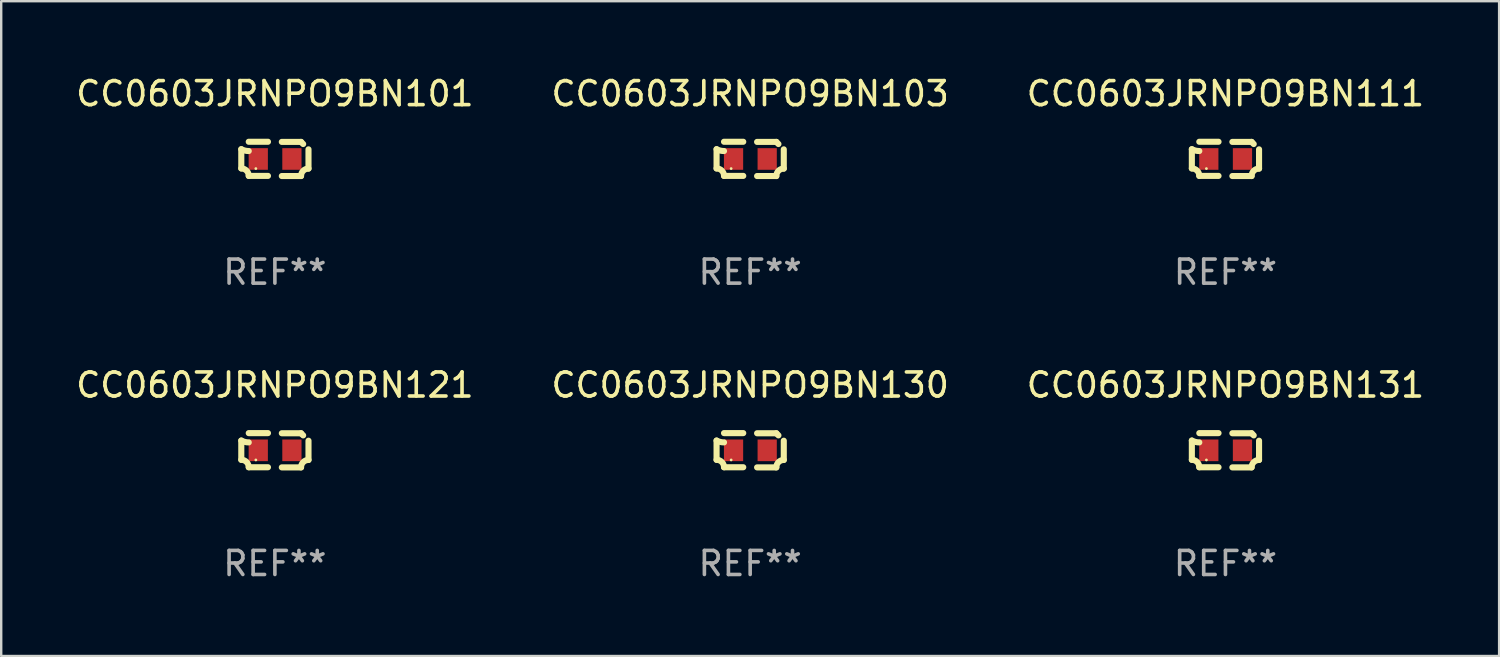
<source format=kicad_pcb>
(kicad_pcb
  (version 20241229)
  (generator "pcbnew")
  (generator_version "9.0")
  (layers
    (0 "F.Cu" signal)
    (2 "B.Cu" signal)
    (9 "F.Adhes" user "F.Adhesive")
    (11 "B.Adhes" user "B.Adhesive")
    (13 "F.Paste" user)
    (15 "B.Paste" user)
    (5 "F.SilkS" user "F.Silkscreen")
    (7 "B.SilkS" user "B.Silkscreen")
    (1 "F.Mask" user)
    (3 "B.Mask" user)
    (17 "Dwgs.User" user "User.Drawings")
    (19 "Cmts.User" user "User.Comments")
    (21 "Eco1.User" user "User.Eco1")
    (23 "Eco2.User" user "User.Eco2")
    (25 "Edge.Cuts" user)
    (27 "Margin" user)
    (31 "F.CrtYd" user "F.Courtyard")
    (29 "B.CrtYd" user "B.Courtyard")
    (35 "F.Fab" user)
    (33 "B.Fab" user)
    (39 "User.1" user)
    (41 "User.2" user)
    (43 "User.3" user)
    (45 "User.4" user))
  (footprint "CC0603JRNPO9BN101"
    (layer "F.Cu")
    (at 8.387 3.561)
    (property "Reference" "CC0603JRNPO9BN101" (at 0 -2.713 0) (layer "F.SilkS") (effects (font (size 1 1) (thickness 0.15))))
    (attr through_hole)
    (fp_line (start -1.398 -0.403) (end -1.398 0.397) (stroke (width 0.254) (type solid)) (layer "F.SilkS"))
    (fp_line (start -0.288 -0.713) (end -1.088 -0.713) (stroke (width 0.254) (type solid)) (layer "F.SilkS"))
    (fp_line (start -0.288 0.707) (end -1.088 0.707) (stroke (width 0.254) (type solid)) (layer "F.SilkS"))
    (fp_line (start 0.288 -0.707) (end 1.088 -0.707) (stroke (width 0.254) (type solid)) (layer "F.SilkS"))
    (fp_line (start 0.288 0.713) (end 1.088 0.713) (stroke (width 0.254) (type solid)) (layer "F.SilkS"))
    (fp_line (start 1.398 -0.397) (end 1.398 0.403) (stroke (width 0.254) (type solid)) (layer "F.SilkS"))
    (fp_arc (start -1.397789 0.397066) (mid -1.178701 0.487826) (end -1.08796 0.706922) (stroke (width 0.254001) (type solid)) (layer "F.SilkS"))
    (fp_arc (start -1.08796 -0.327176) (mid -1.247436 -0.346384) (end -1.39779 -0.402908) (stroke (width 0.254001) (type solid)) (layer "F.SilkS"))
    (fp_arc (start 1.087909 0.712738) (mid 1.178656 0.493655) (end 1.397739 0.402908) (stroke (width 0.254001) (type solid)) (layer "F.SilkS"))
    (fp_arc (start 1.175925 -0.618926) (mid 1.131917 -0.662923) (end 1.08791 -0.706922) (stroke (width 0.254001) (type solid)) (layer "F.SilkS"))
    (fp_circle (center -0.792 0.403) (end -0.762 0.403) (stroke (width 0.06) (type solid)) (fill no) (layer "F.SilkS"))
    (fp_text user "REF**" (at 0 4.713 0) (layer "F.Fab") (effects (font (size 1 1) (thickness 0.15))))
    (pad "1" smd rect (at -0.692 0.003) (size 0.8 0.9) (layers "F.Cu" "F.Mask" "F.Paste"))
    (pad "2" smd rect (at 0.708 0.003) (size 0.8 0.9) (layers "F.Cu" "F.Mask" "F.Paste")))
  (footprint "CC0603JRNPO9BN131"
    (layer "F.Cu")
    (at 47.935 15.683)
    (property "Reference" "CC0603JRNPO9BN131" (at 0 -2.713 0) (layer "F.SilkS") (effects (font (size 1 1) (thickness 0.15))))
    (attr through_hole)
    (fp_line (start -1.398 -0.403) (end -1.398 0.397) (stroke (width 0.254) (type solid)) (layer "F.SilkS"))
    (fp_line (start -0.288 -0.713) (end -1.088 -0.713) (stroke (width 0.254) (type solid)) (layer "F.SilkS"))
    (fp_line (start -0.288 0.707) (end -1.088 0.707) (stroke (width 0.254) (type solid)) (layer "F.SilkS"))
    (fp_line (start 0.288 -0.707) (end 1.088 -0.707) (stroke (width 0.254) (type solid)) (layer "F.SilkS"))
    (fp_line (start 0.288 0.713) (end 1.088 0.713) (stroke (width 0.254) (type solid)) (layer "F.SilkS"))
    (fp_line (start 1.398 -0.397) (end 1.398 0.403) (stroke (width 0.254) (type solid)) (layer "F.SilkS"))
    (fp_arc (start -1.397789 0.397066) (mid -1.178701 0.487826) (end -1.08796 0.706922) (stroke (width 0.254001) (type solid)) (layer "F.SilkS"))
    (fp_arc (start -1.08796 -0.327176) (mid -1.247436 -0.346384) (end -1.39779 -0.402908) (stroke (width 0.254001) (type solid)) (layer "F.SilkS"))
    (fp_arc (start 1.087909 0.712738) (mid 1.178656 0.493655) (end 1.397739 0.402908) (stroke (width 0.254001) (type solid)) (layer "F.SilkS"))
    (fp_arc (start 1.175925 -0.618926) (mid 1.131917 -0.662923) (end 1.08791 -0.706922) (stroke (width 0.254001) (type solid)) (layer "F.SilkS"))
    (fp_circle (center -0.792 0.403) (end -0.762 0.403) (stroke (width 0.06) (type solid)) (fill no) (layer "F.SilkS"))
    (fp_text user "REF**" (at 0 4.713 0) (layer "F.Fab") (effects (font (size 1 1) (thickness 0.15))))
    (pad "1" smd rect (at -0.692 0.003) (size 0.8 0.9) (layers "F.Cu" "F.Mask" "F.Paste"))
    (pad "2" smd rect (at 0.708 0.003) (size 0.8 0.9) (layers "F.Cu" "F.Mask" "F.Paste")))
  (footprint "CC0603JRNPO9BN121"
    (layer "F.Cu")
    (at 8.387 15.683)
    (property "Reference" "CC0603JRNPO9BN121" (at 0 -2.713 0) (layer "F.SilkS") (effects (font (size 1 1) (thickness 0.15))))
    (attr through_hole)
    (fp_line (start -1.398 -0.403) (end -1.398 0.397) (stroke (width 0.254) (type solid)) (layer "F.SilkS"))
    (fp_line (start -0.288 -0.713) (end -1.088 -0.713) (stroke (width 0.254) (type solid)) (layer "F.SilkS"))
    (fp_line (start -0.288 0.707) (end -1.088 0.707) (stroke (width 0.254) (type solid)) (layer "F.SilkS"))
    (fp_line (start 0.288 -0.707) (end 1.088 -0.707) (stroke (width 0.254) (type solid)) (layer "F.SilkS"))
    (fp_line (start 0.288 0.713) (end 1.088 0.713) (stroke (width 0.254) (type solid)) (layer "F.SilkS"))
    (fp_line (start 1.398 -0.397) (end 1.398 0.403) (stroke (width 0.254) (type solid)) (layer "F.SilkS"))
    (fp_arc (start -1.397789 0.397066) (mid -1.178701 0.487826) (end -1.08796 0.706922) (stroke (width 0.254001) (type solid)) (layer "F.SilkS"))
    (fp_arc (start -1.08796 -0.327176) (mid -1.247436 -0.346384) (end -1.39779 -0.402908) (stroke (width 0.254001) (type solid)) (layer "F.SilkS"))
    (fp_arc (start 1.087909 0.712738) (mid 1.178656 0.493655) (end 1.397739 0.402908) (stroke (width 0.254001) (type solid)) (layer "F.SilkS"))
    (fp_arc (start 1.175925 -0.618926) (mid 1.131917 -0.662923) (end 1.08791 -0.706922) (stroke (width 0.254001) (type solid)) (layer "F.SilkS"))
    (fp_circle (center -0.792 0.403) (end -0.762 0.403) (stroke (width 0.06) (type solid)) (fill no) (layer "F.SilkS"))
    (fp_text user "REF**" (at 0 4.713 0) (layer "F.Fab") (effects (font (size 1 1) (thickness 0.15))))
    (pad "1" smd rect (at -0.692 0.003) (size 0.8 0.9) (layers "F.Cu" "F.Mask" "F.Paste"))
    (pad "2" smd rect (at 0.708 0.003) (size 0.8 0.9) (layers "F.Cu" "F.Mask" "F.Paste")))
  (footprint "CC0603JRNPO9BN111"
    (layer "F.Cu")
    (at 47.935 3.561)
    (property "Reference" "CC0603JRNPO9BN111" (at 0 -2.713 0) (layer "F.SilkS") (effects (font (size 1 1) (thickness 0.15))))
    (attr through_hole)
    (fp_line (start -1.398 -0.403) (end -1.398 0.397) (stroke (width 0.254) (type solid)) (layer "F.SilkS"))
    (fp_line (start -0.288 -0.713) (end -1.088 -0.713) (stroke (width 0.254) (type solid)) (layer "F.SilkS"))
    (fp_line (start -0.288 0.707) (end -1.088 0.707) (stroke (width 0.254) (type solid)) (layer "F.SilkS"))
    (fp_line (start 0.288 -0.707) (end 1.088 -0.707) (stroke (width 0.254) (type solid)) (layer "F.SilkS"))
    (fp_line (start 0.288 0.713) (end 1.088 0.713) (stroke (width 0.254) (type solid)) (layer "F.SilkS"))
    (fp_line (start 1.398 -0.397) (end 1.398 0.403) (stroke (width 0.254) (type solid)) (layer "F.SilkS"))
    (fp_arc (start -1.397789 0.397066) (mid -1.178701 0.487826) (end -1.08796 0.706922) (stroke (width 0.254001) (type solid)) (layer "F.SilkS"))
    (fp_arc (start -1.08796 -0.327176) (mid -1.247436 -0.346384) (end -1.39779 -0.402908) (stroke (width 0.254001) (type solid)) (layer "F.SilkS"))
    (fp_arc (start 1.087909 0.712738) (mid 1.178656 0.493655) (end 1.397739 0.402908) (stroke (width 0.254001) (type solid)) (layer "F.SilkS"))
    (fp_arc (start 1.175925 -0.618926) (mid 1.131917 -0.662923) (end 1.08791 -0.706922) (stroke (width 0.254001) (type solid)) (layer "F.SilkS"))
    (fp_circle (center -0.792 0.403) (end -0.762 0.403) (stroke (width 0.06) (type solid)) (fill no) (layer "F.SilkS"))
    (fp_text user "REF**" (at 0 4.713 0) (layer "F.Fab") (effects (font (size 1 1) (thickness 0.15))))
    (pad "1" smd rect (at -0.692 0.003) (size 0.8 0.9) (layers "F.Cu" "F.Mask" "F.Paste"))
    (pad "2" smd rect (at 0.708 0.003) (size 0.8 0.9) (layers "F.Cu" "F.Mask" "F.Paste")))
  (footprint "CC0603JRNPO9BN103"
    (layer "F.Cu")
    (at 28.161 3.561)
    (property "Reference" "CC0603JRNPO9BN103" (at 0 -2.713 0) (layer "F.SilkS") (effects (font (size 1 1) (thickness 0.15))))
    (attr through_hole)
    (fp_line (start -1.398 -0.403) (end -1.398 0.397) (stroke (width 0.254) (type solid)) (layer "F.SilkS"))
    (fp_line (start -0.288 -0.713) (end -1.088 -0.713) (stroke (width 0.254) (type solid)) (layer "F.SilkS"))
    (fp_line (start -0.288 0.707) (end -1.088 0.707) (stroke (width 0.254) (type solid)) (layer "F.SilkS"))
    (fp_line (start 0.288 -0.707) (end 1.088 -0.707) (stroke (width 0.254) (type solid)) (layer "F.SilkS"))
    (fp_line (start 0.288 0.713) (end 1.088 0.713) (stroke (width 0.254) (type solid)) (layer "F.SilkS"))
    (fp_line (start 1.398 -0.397) (end 1.398 0.403) (stroke (width 0.254) (type solid)) (layer "F.SilkS"))
    (fp_arc (start -1.397789 0.397066) (mid -1.178701 0.487826) (end -1.08796 0.706922) (stroke (width 0.254001) (type solid)) (layer "F.SilkS"))
    (fp_arc (start -1.08796 -0.327176) (mid -1.247436 -0.346384) (end -1.39779 -0.402908) (stroke (width 0.254001) (type solid)) (layer "F.SilkS"))
    (fp_arc (start 1.087909 0.712738) (mid 1.178656 0.493655) (end 1.397739 0.402908) (stroke (width 0.254001) (type solid)) (layer "F.SilkS"))
    (fp_arc (start 1.175925 -0.618926) (mid 1.131917 -0.662923) (end 1.08791 -0.706922) (stroke (width 0.254001) (type solid)) (layer "F.SilkS"))
    (fp_circle (center -0.792 0.403) (end -0.762 0.403) (stroke (width 0.06) (type solid)) (fill no) (layer "F.SilkS"))
    (fp_text user "REF**" (at 0 4.713 0) (layer "F.Fab") (effects (font (size 1 1) (thickness 0.15))))
    (pad "1" smd rect (at -0.692 0.003) (size 0.8 0.9) (layers "F.Cu" "F.Mask" "F.Paste"))
    (pad "2" smd rect (at 0.708 0.003) (size 0.8 0.9) (layers "F.Cu" "F.Mask" "F.Paste")))
  (footprint "CC0603JRNPO9BN130"
    (layer "F.Cu")
    (at 28.161 15.683)
    (property "Reference" "CC0603JRNPO9BN130" (at 0 -2.713 0) (layer "F.SilkS") (effects (font (size 1 1) (thickness 0.15))))
    (attr through_hole)
    (fp_line (start -1.398 -0.403) (end -1.398 0.397) (stroke (width 0.254) (type solid)) (layer "F.SilkS"))
    (fp_line (start -0.288 -0.713) (end -1.088 -0.713) (stroke (width 0.254) (type solid)) (layer "F.SilkS"))
    (fp_line (start -0.288 0.707) (end -1.088 0.707) (stroke (width 0.254) (type solid)) (layer "F.SilkS"))
    (fp_line (start 0.288 -0.707) (end 1.088 -0.707) (stroke (width 0.254) (type solid)) (layer "F.SilkS"))
    (fp_line (start 0.288 0.713) (end 1.088 0.713) (stroke (width 0.254) (type solid)) (layer "F.SilkS"))
    (fp_line (start 1.398 -0.397) (end 1.398 0.403) (stroke (width 0.254) (type solid)) (layer "F.SilkS"))
    (fp_arc (start -1.397789 0.397066) (mid -1.178701 0.487826) (end -1.08796 0.706922) (stroke (width 0.254001) (type solid)) (layer "F.SilkS"))
    (fp_arc (start -1.08796 -0.327176) (mid -1.247436 -0.346384) (end -1.39779 -0.402908) (stroke (width 0.254001) (type solid)) (layer "F.SilkS"))
    (fp_arc (start 1.087909 0.712738) (mid 1.178656 0.493655) (end 1.397739 0.402908) (stroke (width 0.254001) (type solid)) (layer "F.SilkS"))
    (fp_arc (start 1.175925 -0.618926) (mid 1.131917 -0.662923) (end 1.08791 -0.706922) (stroke (width 0.254001) (type solid)) (layer "F.SilkS"))
    (fp_circle (center -0.792 0.403) (end -0.762 0.403) (stroke (width 0.06) (type solid)) (fill no) (layer "F.SilkS"))
    (fp_text user "REF**" (at 0 4.713 0) (layer "F.Fab") (effects (font (size 1 1) (thickness 0.15))))
    (pad "1" smd rect (at -0.692 0.003) (size 0.8 0.9) (layers "F.Cu" "F.Mask" "F.Paste"))
    (pad "2" smd rect (at 0.708 0.003) (size 0.8 0.9) (layers "F.Cu" "F.Mask" "F.Paste")))
  (gr_rect
    (start -3 -3)
    (end 59.321 24.244)
    (stroke (width 0.1) (type default))
    (fill no)
    (layer "Edge.Cuts")))
</source>
